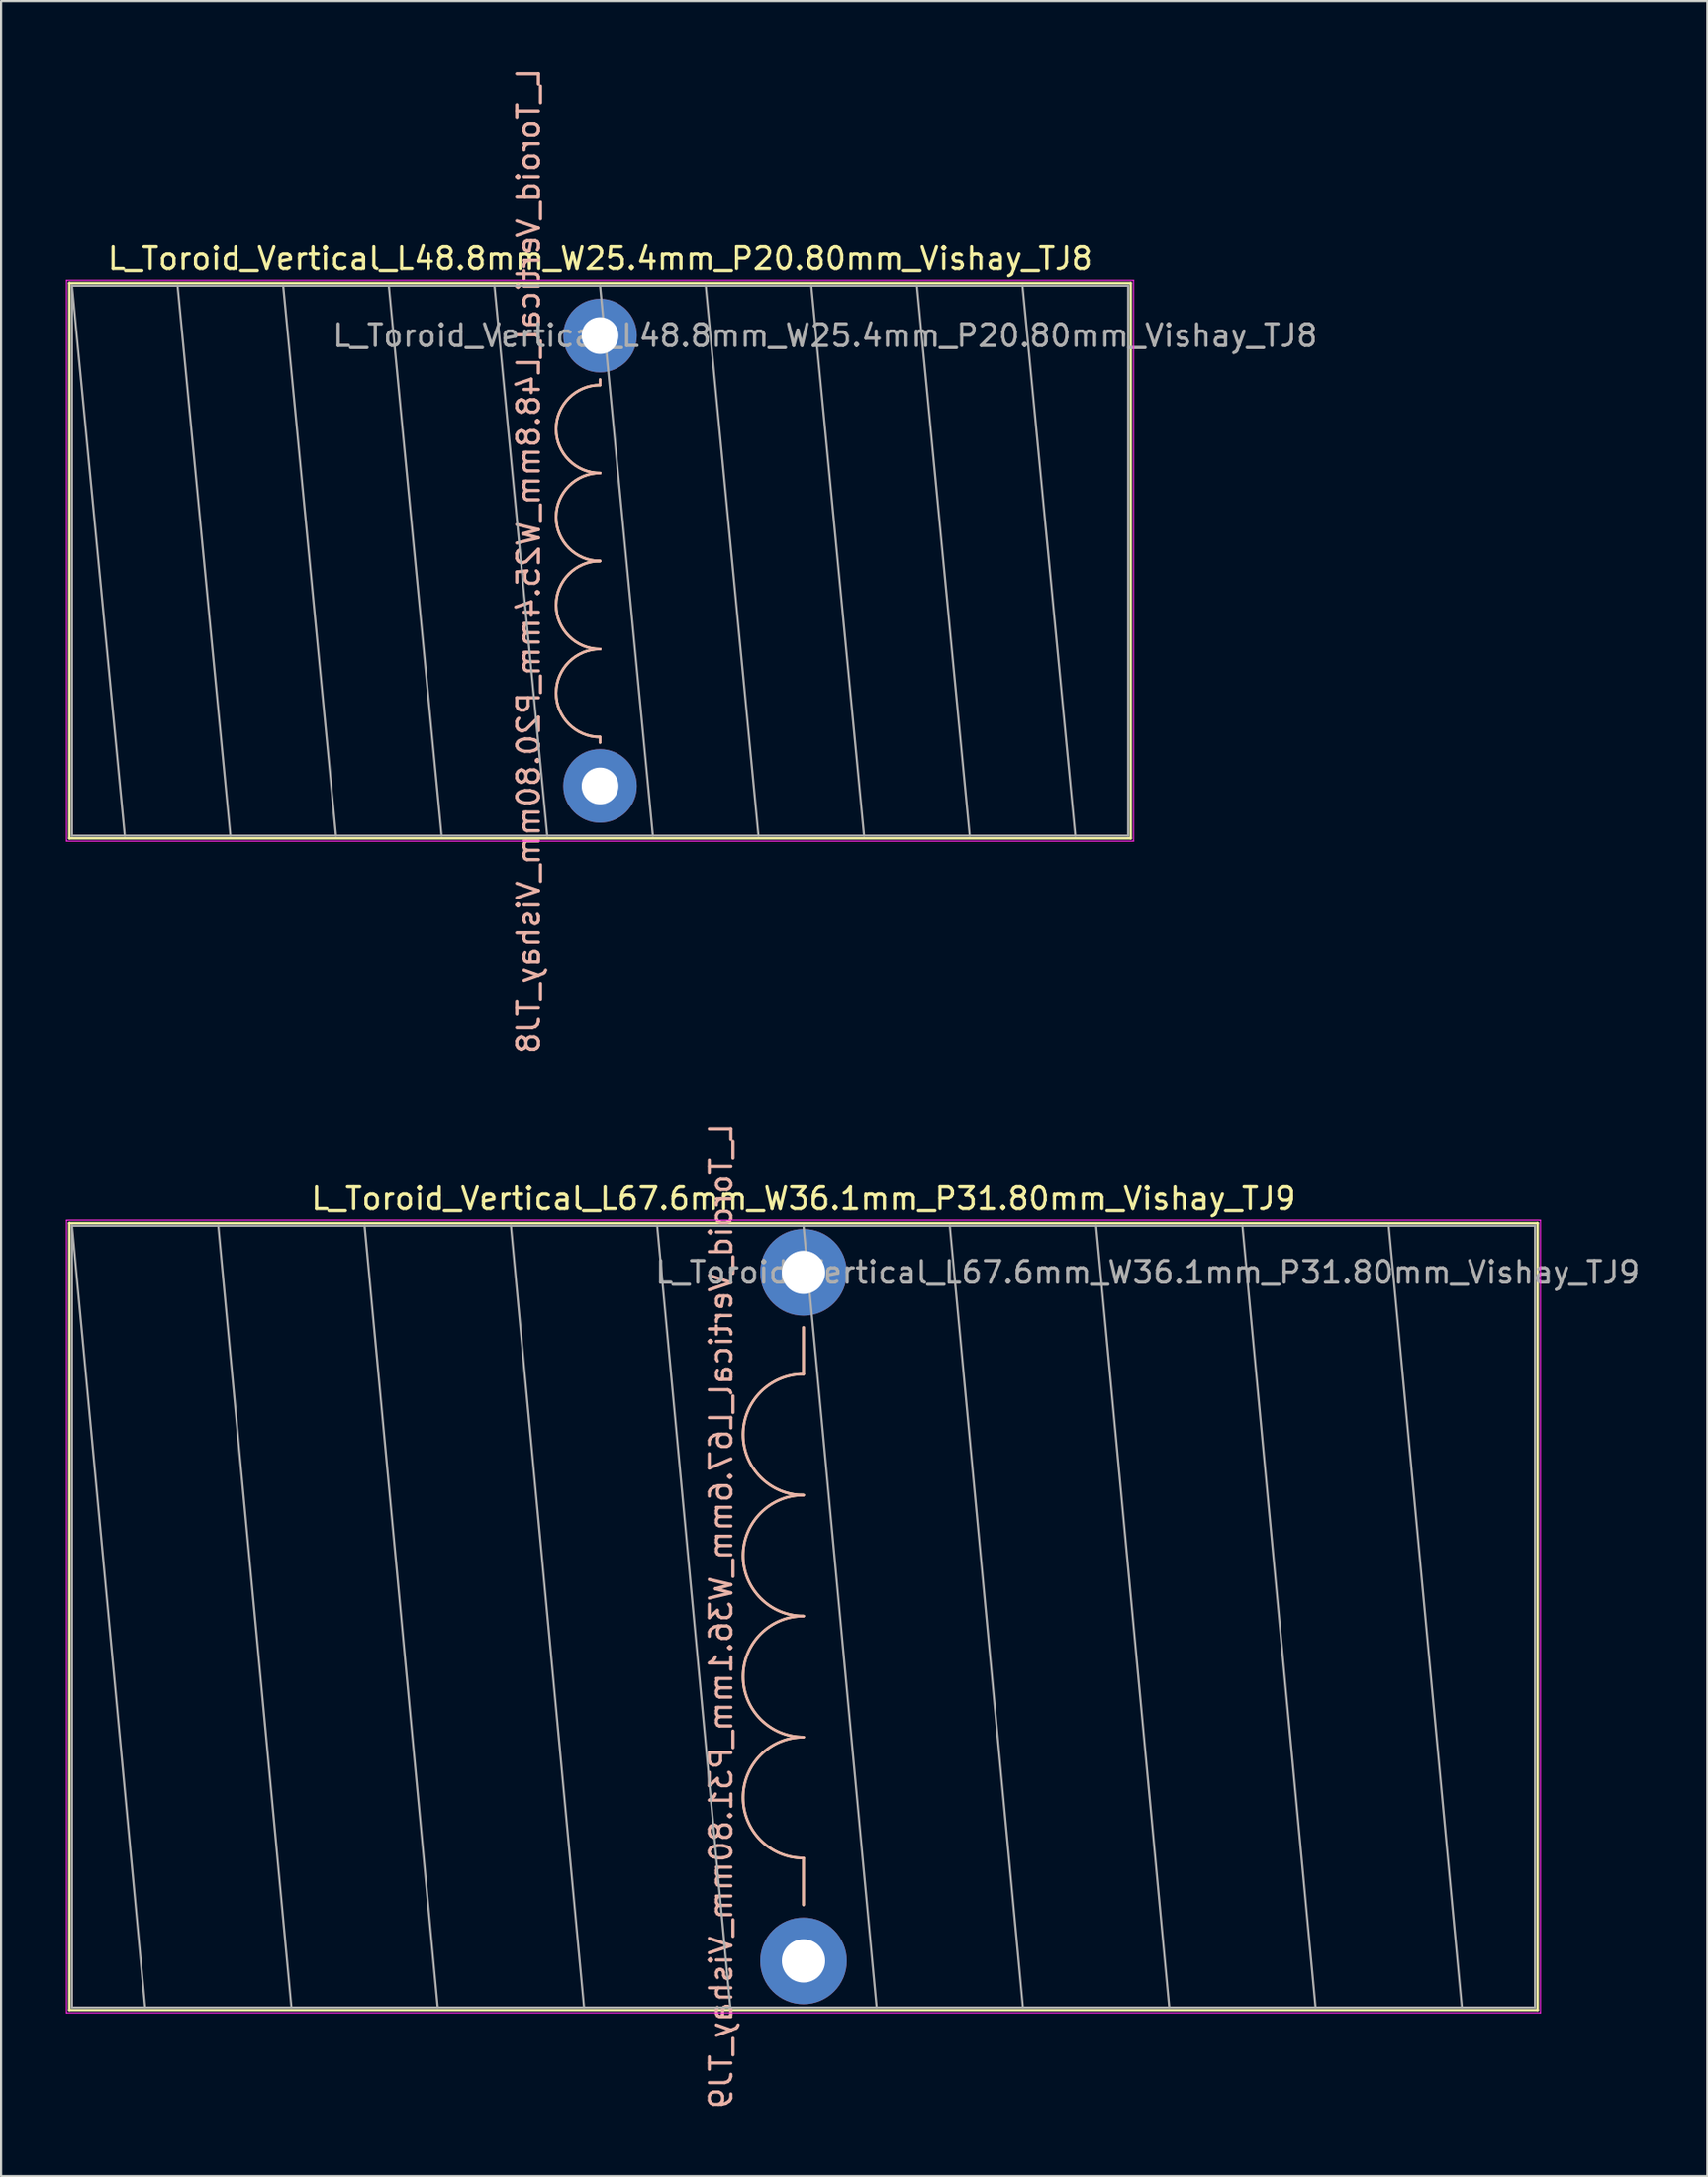
<source format=kicad_pcb>
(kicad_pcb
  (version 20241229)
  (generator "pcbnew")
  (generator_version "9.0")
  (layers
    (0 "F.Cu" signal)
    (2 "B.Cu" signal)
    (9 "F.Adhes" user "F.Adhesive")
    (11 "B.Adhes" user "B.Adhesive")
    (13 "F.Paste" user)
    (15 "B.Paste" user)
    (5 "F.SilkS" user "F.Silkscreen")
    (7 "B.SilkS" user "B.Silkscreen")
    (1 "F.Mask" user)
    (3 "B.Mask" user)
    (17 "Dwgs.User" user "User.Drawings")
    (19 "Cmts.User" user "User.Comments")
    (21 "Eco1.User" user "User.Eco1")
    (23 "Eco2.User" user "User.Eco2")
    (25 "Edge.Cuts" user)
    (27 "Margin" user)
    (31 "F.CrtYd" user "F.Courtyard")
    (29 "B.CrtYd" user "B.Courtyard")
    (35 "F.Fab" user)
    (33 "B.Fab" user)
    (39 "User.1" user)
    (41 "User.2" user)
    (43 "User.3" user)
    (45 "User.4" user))
  (footprint "L_Toroid_Vertical_L48.8mm_W25.4mm_P20.80mm_Vishay_TJ8"
    (layer "F.Cu")
    (at 24.675 12.449)
    (property "Reference" "L_Toroid_Vertical_L48.8mm_W25.4mm_P20.80mm_Vishay_TJ8" (at 0 -3.55 0) (layer "F.SilkS") (effects (font (size 1 1) (thickness 0.15))))
    (fp_line (start -24.52 -2.42) (end -24.52 23.22) (stroke (width 0.12) (type solid)) (layer "F.SilkS"))
    (fp_line (start -24.52 -2.42) (end 24.52 -2.42) (stroke (width 0.12) (type solid)) (layer "F.SilkS"))
    (fp_line (start -24.52 23.22) (end 24.52 23.22) (stroke (width 0.12) (type solid)) (layer "F.SilkS"))
    (fp_line (start 0 2.286) (end 0 2.032) (stroke (width 0.12) (type solid)) (layer "F.SilkS"))
    (fp_line (start 0 18.542) (end 0 18.796) (stroke (width 0.12) (type solid)) (layer "F.SilkS"))
    (fp_line (start 24.52 -2.42) (end 24.52 23.22) (stroke (width 0.12) (type solid)) (layer "F.SilkS"))
    (fp_arc (start 0 6.35) (mid -2.032 4.318) (end 0 2.286) (stroke (width 0.12) (type solid)) (layer "F.SilkS"))
    (fp_arc (start 0 10.414) (mid -2.032 8.382) (end 0 6.35) (stroke (width 0.12) (type solid)) (layer "F.SilkS"))
    (fp_arc (start 0 14.478) (mid -2.032 12.446) (end 0 10.414) (stroke (width 0.12) (type solid)) (layer "F.SilkS"))
    (fp_arc (start 0 18.542) (mid -2.032 16.51) (end 0 14.478) (stroke (width 0.12) (type solid)) (layer "F.SilkS"))
    (fp_line (start 0 2.286) (end 0 2.032) (stroke (width 0.12) (type solid)) (layer "B.SilkS"))
    (fp_line (start 0 18.542) (end 0 18.796) (stroke (width 0.12) (type solid)) (layer "B.SilkS"))
    (fp_arc (start 0 6.35) (mid -2.032 4.318) (end 0 2.286) (stroke (width 0.12) (type solid)) (layer "B.SilkS"))
    (fp_arc (start 0 10.414) (mid -2.032 8.382) (end 0 6.35) (stroke (width 0.12) (type solid)) (layer "B.SilkS"))
    (fp_arc (start 0 14.478) (mid -2.032 12.446) (end 0 10.414) (stroke (width 0.12) (type solid)) (layer "B.SilkS"))
    (fp_arc (start 0 18.542) (mid -2.032 16.51) (end 0 14.478) (stroke (width 0.12) (type solid)) (layer "B.SilkS"))
    (fp_line (start -24.65 -2.55) (end -24.65 23.35) (stroke (width 0.05) (type solid)) (layer "F.CrtYd"))
    (fp_line (start -24.65 23.35) (end 24.65 23.35) (stroke (width 0.05) (type solid)) (layer "F.CrtYd"))
    (fp_line (start 24.65 -2.55) (end -24.65 -2.55) (stroke (width 0.05) (type solid)) (layer "F.CrtYd"))
    (fp_line (start 24.65 23.35) (end 24.65 -2.55) (stroke (width 0.05) (type solid)) (layer "F.CrtYd"))
    (fp_line (start -24.4 -2.3) (end -24.4 23.1) (stroke (width 0.1) (type solid)) (layer "F.Fab"))
    (fp_line (start -24.4 -2.3) (end -21.96 23.1) (stroke (width 0.1) (type solid)) (layer "F.Fab"))
    (fp_line (start -24.4 23.1) (end 24.4 23.1) (stroke (width 0.1) (type solid)) (layer "F.Fab"))
    (fp_line (start -19.52 -2.3) (end -17.08 23.1) (stroke (width 0.1) (type solid)) (layer "F.Fab"))
    (fp_line (start -14.64 -2.3) (end -12.2 23.1) (stroke (width 0.1) (type solid)) (layer "F.Fab"))
    (fp_line (start -9.76 -2.3) (end -7.32 23.1) (stroke (width 0.1) (type solid)) (layer "F.Fab"))
    (fp_line (start -4.88 -2.3) (end -2.44 23.1) (stroke (width 0.1) (type solid)) (layer "F.Fab"))
    (fp_line (start 0 -2.3) (end 2.44 23.1) (stroke (width 0.1) (type solid)) (layer "F.Fab"))
    (fp_line (start 4.88 -2.3) (end 7.32 23.1) (stroke (width 0.1) (type solid)) (layer "F.Fab"))
    (fp_line (start 9.76 -2.3) (end 12.2 23.1) (stroke (width 0.1) (type solid)) (layer "F.Fab"))
    (fp_line (start 14.64 -2.3) (end 17.08 23.1) (stroke (width 0.1) (type solid)) (layer "F.Fab"))
    (fp_line (start 19.52 -2.3) (end 21.96 23.1) (stroke (width 0.1) (type solid)) (layer "F.Fab"))
    (fp_line (start 24.4 -2.3) (end -24.4 -2.3) (stroke (width 0.1) (type solid)) (layer "F.Fab"))
    (fp_line (start 24.4 23.1) (end 24.4 -2.3) (stroke (width 0.1) (type solid)) (layer "F.Fab"))
    (fp_text user "${REFERENCE}" (at -3.302 10.414 90) (layer "B.SilkS") (effects (font (size 1 1) (thickness 0.15)) (justify mirror)))
    (fp_text user "${REFERENCE}" (at 10.4 0 0) (layer "F.Fab") (effects (font (size 1 1) (thickness 0.15))))
    (pad "1" thru_hole circle (at 0 0) (size 3.4 3.4) (drill 1.7) (layers "*.Cu" "*.Mask"))
    (pad "2" thru_hole circle (at 0 20.8) (size 3.4 3.4) (drill 1.7) (layers "*.Cu" "*.Mask")))
  (footprint "L_Toroid_Vertical_L67.6mm_W36.1mm_P31.80mm_Vishay_TJ9"
    (layer "F.Cu")
    (at 34.075 55.714)
    (property "Reference" "L_Toroid_Vertical_L67.6mm_W36.1mm_P31.80mm_Vishay_TJ9" (at 0 -3.4 0) (layer "F.SilkS") (effects (font (size 1 1) (thickness 0.15))))
    (fp_line (start -33.92 -2.27) (end -33.92 34.07) (stroke (width 0.12) (type solid)) (layer "F.SilkS"))
    (fp_line (start -33.92 -2.27) (end 33.92 -2.27) (stroke (width 0.12) (type solid)) (layer "F.SilkS"))
    (fp_line (start -33.92 34.07) (end 33.92 34.07) (stroke (width 0.12) (type solid)) (layer "F.SilkS"))
    (fp_line (start 0 4.699) (end 0 2.54) (stroke (width 0.12) (type solid)) (layer "F.SilkS"))
    (fp_line (start 0 27.051) (end 0 29.21) (stroke (width 0.12) (type solid)) (layer "F.SilkS"))
    (fp_line (start 33.92 -2.27) (end 33.92 34.07) (stroke (width 0.12) (type solid)) (layer "F.SilkS"))
    (fp_arc (start 0 10.287) (mid -2.794 7.493) (end 0 4.699) (stroke (width 0.12) (type solid)) (layer "F.SilkS"))
    (fp_arc (start 0 15.875) (mid -2.794 13.081) (end 0 10.287) (stroke (width 0.12) (type solid)) (layer "F.SilkS"))
    (fp_arc (start 0 21.463) (mid -2.794 18.669) (end 0 15.875) (stroke (width 0.12) (type solid)) (layer "F.SilkS"))
    (fp_arc (start 0 27.051) (mid -2.794 24.257) (end 0 21.463) (stroke (width 0.12) (type solid)) (layer "F.SilkS"))
    (fp_line (start 0 4.699) (end 0 2.54) (stroke (width 0.12) (type solid)) (layer "B.SilkS"))
    (fp_line (start 0 27.051) (end 0 29.21) (stroke (width 0.12) (type solid)) (layer "B.SilkS"))
    (fp_arc (start 0 10.287) (mid -2.794 7.493) (end 0 4.699) (stroke (width 0.12) (type solid)) (layer "B.SilkS"))
    (fp_arc (start 0 15.875) (mid -2.794 13.081) (end 0 10.287) (stroke (width 0.12) (type solid)) (layer "B.SilkS"))
    (fp_arc (start 0 21.463) (mid -2.794 18.669) (end 0 15.875) (stroke (width 0.12) (type solid)) (layer "B.SilkS"))
    (fp_arc (start 0 27.051) (mid -2.794 24.257) (end 0 21.463) (stroke (width 0.12) (type solid)) (layer "B.SilkS"))
    (fp_line (start -34.05 -2.41) (end -34.05 34.2) (stroke (width 0.05) (type solid)) (layer "F.CrtYd"))
    (fp_line (start -34.05 34.2) (end 34.05 34.2) (stroke (width 0.05) (type solid)) (layer "F.CrtYd"))
    (fp_line (start 34.05 -2.41) (end -34.05 -2.41) (stroke (width 0.05) (type solid)) (layer "F.CrtYd"))
    (fp_line (start 34.05 34.2) (end 34.05 -2.41) (stroke (width 0.05) (type solid)) (layer "F.CrtYd"))
    (fp_line (start -33.8 -2.15) (end -33.8 33.95) (stroke (width 0.1) (type solid)) (layer "F.Fab"))
    (fp_line (start -33.8 -2.15) (end -30.42 33.95) (stroke (width 0.1) (type solid)) (layer "F.Fab"))
    (fp_line (start -33.8 33.95) (end 33.8 33.95) (stroke (width 0.1) (type solid)) (layer "F.Fab"))
    (fp_line (start -27.04 -2.15) (end -23.66 33.95) (stroke (width 0.1) (type solid)) (layer "F.Fab"))
    (fp_line (start -20.28 -2.15) (end -16.9 33.95) (stroke (width 0.1) (type solid)) (layer "F.Fab"))
    (fp_line (start -13.52 -2.15) (end -10.14 33.95) (stroke (width 0.1) (type solid)) (layer "F.Fab"))
    (fp_line (start -6.76 -2.15) (end -3.38 33.95) (stroke (width 0.1) (type solid)) (layer "F.Fab"))
    (fp_line (start 0 -2.15) (end 3.38 33.95) (stroke (width 0.1) (type solid)) (layer "F.Fab"))
    (fp_line (start 6.76 -2.15) (end 10.14 33.95) (stroke (width 0.1) (type solid)) (layer "F.Fab"))
    (fp_line (start 13.52 -2.15) (end 16.9 33.95) (stroke (width 0.1) (type solid)) (layer "F.Fab"))
    (fp_line (start 20.28 -2.15) (end 23.66 33.95) (stroke (width 0.1) (type solid)) (layer "F.Fab"))
    (fp_line (start 27.04 -2.15) (end 30.42 33.95) (stroke (width 0.1) (type solid)) (layer "F.Fab"))
    (fp_line (start 33.8 -2.15) (end -33.8 -2.15) (stroke (width 0.1) (type solid)) (layer "F.Fab"))
    (fp_line (start 33.8 33.95) (end 33.8 -2.15) (stroke (width 0.1) (type solid)) (layer "F.Fab"))
    (fp_text user "${REFERENCE}" (at -3.81 15.875 90) (layer "B.SilkS") (effects (font (size 1 1) (thickness 0.15)) (justify mirror)))
    (fp_text user "${REFERENCE}" (at 15.9 0 0) (layer "F.Fab") (effects (font (size 1 1) (thickness 0.15))))
    (pad "1" thru_hole circle (at 0 0) (size 4 4) (drill 2) (layers "*.Cu" "*.Mask"))
    (pad "2" thru_hole circle (at 0 31.8) (size 4 4) (drill 2) (layers "*.Cu" "*.Mask")))
  (gr_rect
    (start -3 -3)
    (end 75.838 97.452)
    (stroke (width 0.1) (type default))
    (fill no)
    (layer "Edge.Cuts")))
</source>
